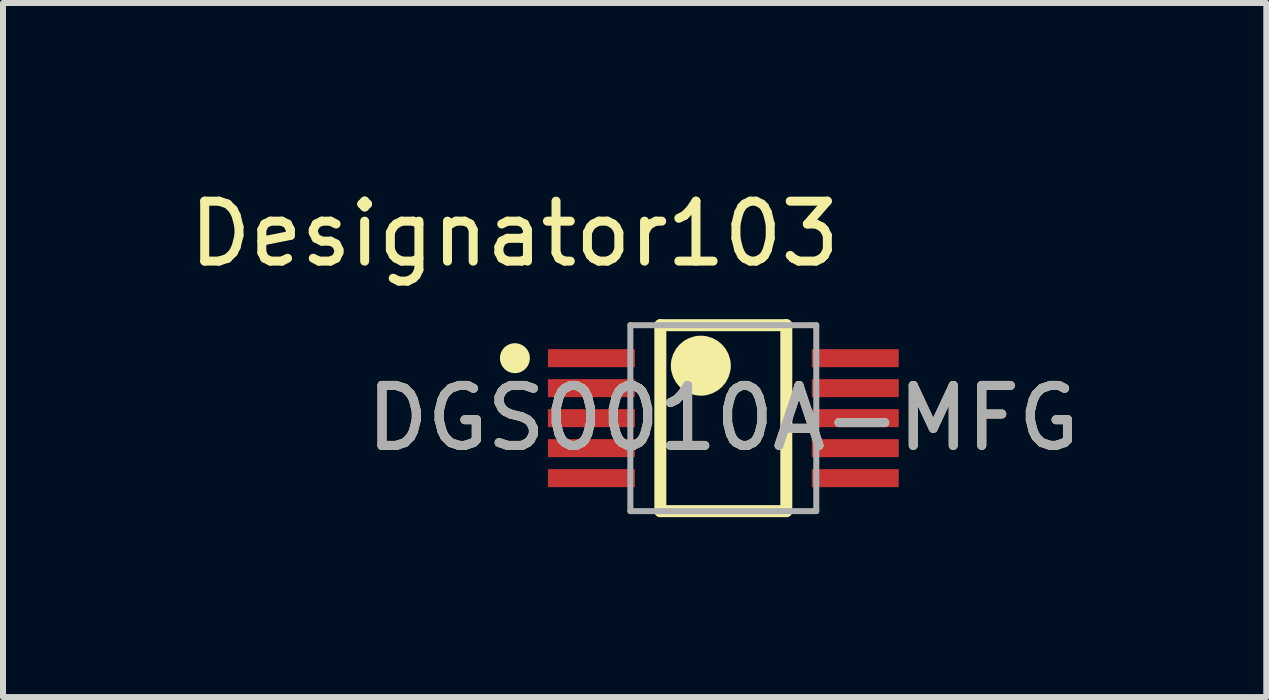
<source format=kicad_pcb>
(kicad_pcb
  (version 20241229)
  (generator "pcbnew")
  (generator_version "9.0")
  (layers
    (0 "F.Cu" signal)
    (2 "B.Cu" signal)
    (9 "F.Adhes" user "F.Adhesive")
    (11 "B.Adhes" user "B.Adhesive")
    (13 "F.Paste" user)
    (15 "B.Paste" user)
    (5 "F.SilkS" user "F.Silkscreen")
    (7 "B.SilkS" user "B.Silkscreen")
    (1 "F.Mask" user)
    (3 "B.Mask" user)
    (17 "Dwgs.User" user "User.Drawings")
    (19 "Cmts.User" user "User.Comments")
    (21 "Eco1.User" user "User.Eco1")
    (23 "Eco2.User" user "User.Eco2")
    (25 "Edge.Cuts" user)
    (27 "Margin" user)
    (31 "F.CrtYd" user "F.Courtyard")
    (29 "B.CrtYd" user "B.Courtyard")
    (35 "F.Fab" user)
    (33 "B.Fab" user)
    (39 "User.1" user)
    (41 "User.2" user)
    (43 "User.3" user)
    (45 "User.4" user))
  (footprint "DGS0010A-MFG"
    (layer "F.Cu")
    (at 9.01 3.922)
    (property "Reference" "DGS0010A-MFG" (at 0 0 0) (unlocked yes) (layer "F.SilkS") (effects (font (size 1 1) (thickness 0.15))))
    (attr smd)
    (fp_line (start -1.05 -1.55) (end 1.05 -1.55) (stroke (width 0.2) (type solid)) (layer "F.SilkS"))
    (fp_line (start -1.05 1.55) (end -1.05 -1.55) (stroke (width 0.2) (type solid)) (layer "F.SilkS"))
    (fp_line (start -1.05 1.55) (end 1.05 1.55) (stroke (width 0.2) (type solid)) (layer "F.SilkS"))
    (fp_line (start 1.05 1.55) (end 1.05 -1.55) (stroke (width 0.2) (type solid)) (layer "F.SilkS"))
    (fp_circle (center -3.475 -1) (end -3.35 -1) (stroke (width 0.25) (type solid)) (fill no) (layer "F.SilkS"))
    (fp_circle (center -0.375 -0.875) (end -0.125 -0.875) (stroke (width 0.5) (type solid)) (fill no) (layer "F.SilkS"))
    (fp_line (start -1.55 -1.55) (end 1.55 -1.55) (stroke (width 0.1) (type solid)) (layer "F.Fab"))
    (fp_line (start -1.55 1.55) (end -1.55 -1.55) (stroke (width 0.1) (type solid)) (layer "F.Fab"))
    (fp_line (start -1.55 1.55) (end 1.55 1.55) (stroke (width 0.1) (type solid)) (layer "F.Fab"))
    (fp_line (start 1.55 1.55) (end 1.55 -1.55) (stroke (width 0.1) (type solid)) (layer "F.Fab"))
    (fp_text user "Designator103" (at -3.48 -3.073 0) (unlocked yes) (layer "F.SilkS") (effects (font (size 1 1) (thickness 0.15))))
    (fp_text user "${REFERENCE}" (at 0 0 0) (unlocked yes) (layer "F.Fab") (effects (font (size 1 1) (thickness 0.15))))
    (pad "1" smd rect (at -2.2 -1) (size 1.45 0.3) (layers "F.Cu" "F.Mask" "F.Paste"))
    (pad "2" smd rect (at -2.2 -0.5) (size 1.45 0.3) (layers "F.Cu" "F.Mask" "F.Paste"))
    (pad "3" smd rect (at -2.2 0) (size 1.45 0.3) (layers "F.Cu" "F.Mask" "F.Paste"))
    (pad "4" smd rect (at -2.2 0.5) (size 1.45 0.3) (layers "F.Cu" "F.Mask" "F.Paste"))
    (pad "5" smd rect (at -2.2 1) (size 1.45 0.3) (layers "F.Cu" "F.Mask" "F.Paste"))
    (pad "6" smd rect (at 2.2 1) (size 1.45 0.3) (layers "F.Cu" "F.Mask" "F.Paste"))
    (pad "7" smd rect (at 2.2 0.5) (size 1.45 0.3) (layers "F.Cu" "F.Mask" "F.Paste"))
    (pad "8" smd rect (at 2.2 0) (size 1.45 0.3) (layers "F.Cu" "F.Mask" "F.Paste"))
    (pad "9" smd rect (at 2.2 -0.5) (size 1.45 0.3) (layers "F.Cu" "F.Mask" "F.Paste"))
    (pad "10" smd rect (at 2.2 -1) (size 1.45 0.3) (layers "F.Cu" "F.Mask" "F.Paste")))
  (gr_rect
    (start -3 -3)
    (end 18.063 8.572)
    (stroke (width 0.1) (type default))
    (fill no)
    (layer "Edge.Cuts")))
</source>
